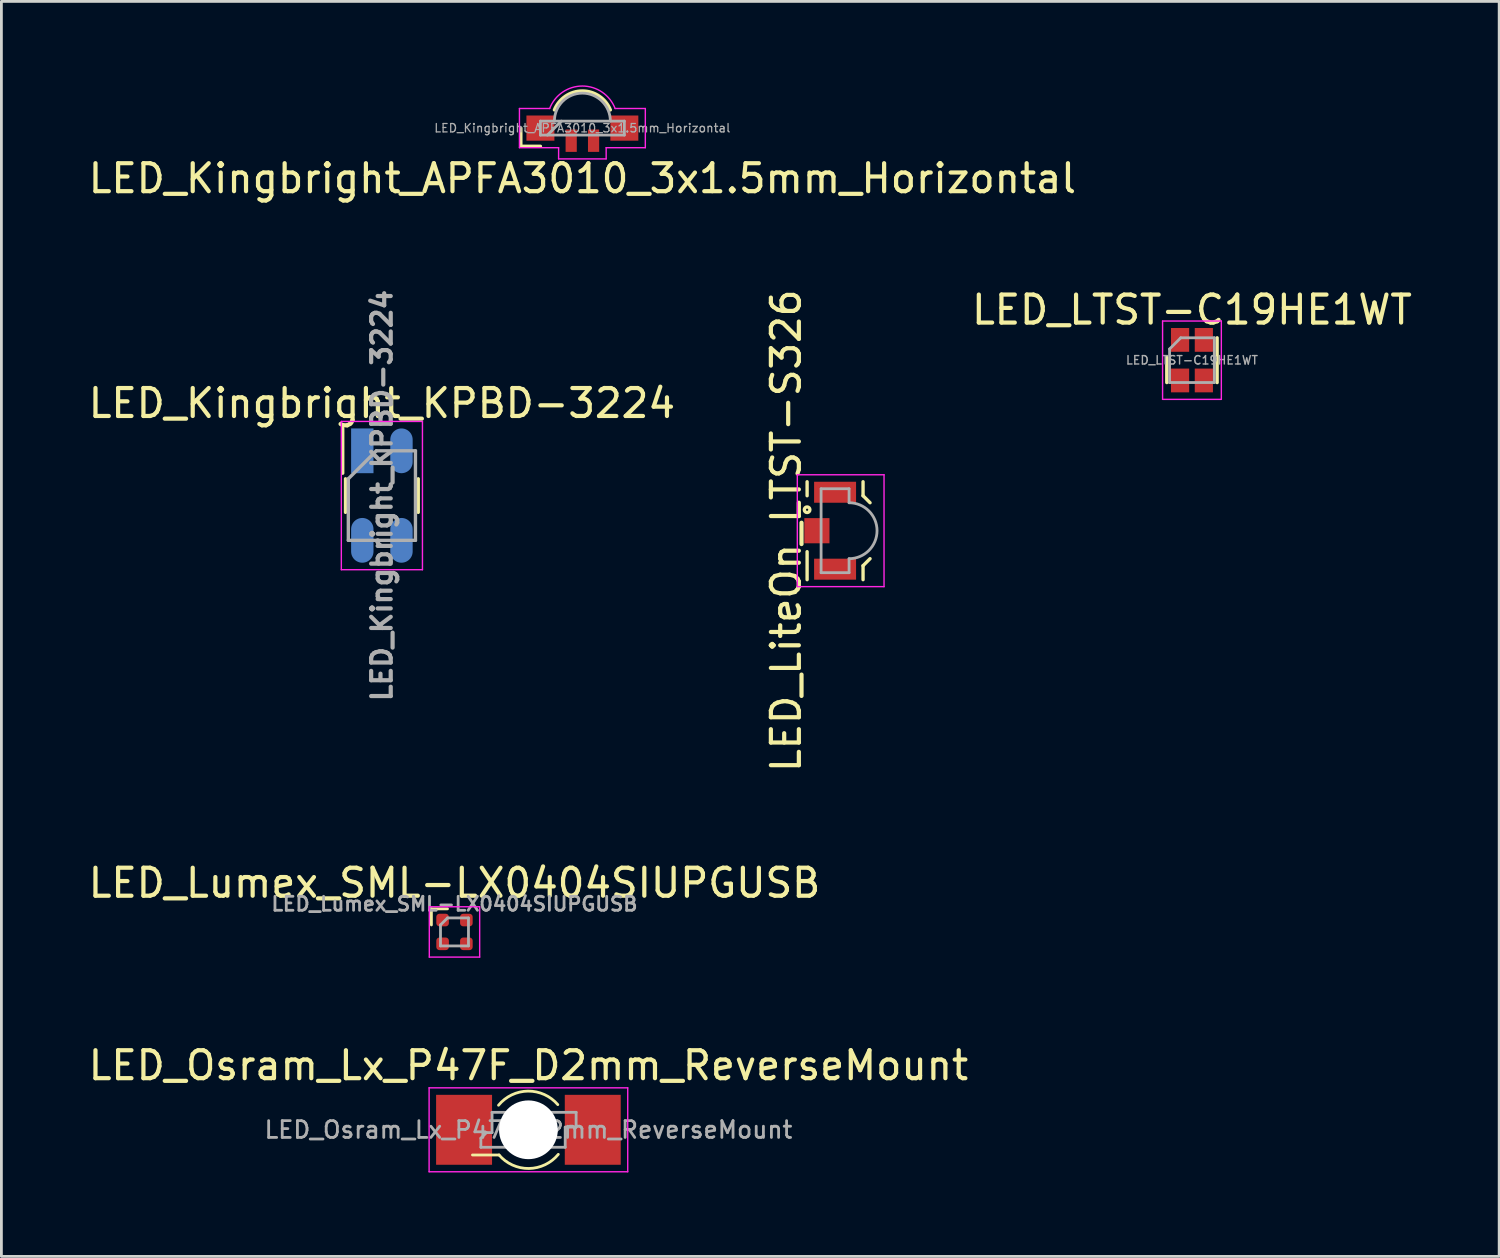
<source format=kicad_pcb>
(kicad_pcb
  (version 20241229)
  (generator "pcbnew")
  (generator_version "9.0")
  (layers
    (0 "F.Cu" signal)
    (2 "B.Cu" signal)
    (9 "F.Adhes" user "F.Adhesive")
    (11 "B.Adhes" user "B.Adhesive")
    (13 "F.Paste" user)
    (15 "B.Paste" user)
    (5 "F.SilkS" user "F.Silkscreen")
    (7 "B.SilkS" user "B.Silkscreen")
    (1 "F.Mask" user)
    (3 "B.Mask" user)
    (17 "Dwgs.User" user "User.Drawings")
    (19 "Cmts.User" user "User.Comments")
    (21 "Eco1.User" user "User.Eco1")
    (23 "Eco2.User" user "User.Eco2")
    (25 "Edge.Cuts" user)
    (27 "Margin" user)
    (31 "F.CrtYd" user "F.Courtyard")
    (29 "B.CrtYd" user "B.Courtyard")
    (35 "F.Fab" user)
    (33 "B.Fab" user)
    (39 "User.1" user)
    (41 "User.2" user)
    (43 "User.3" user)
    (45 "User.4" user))
  (footprint "LED_LiteOn_LTST-S326"
    (layer "F.Cu")
    (at 26.801 15.921)
    (property "Reference" "LED_LiteOn_LTST-S326" (at -1.75 0 90) (layer "F.SilkS") (effects (font (size 1 1) (thickness 0.15))))
    (attr smd)
    (fp_line (start -1 -1.75) (end -1 -1.25) (stroke (width 0.12) (type solid)) (layer "F.SilkS"))
    (fp_line (start -1 1.75) (end -1 0.75) (stroke (width 0.12) (type solid)) (layer "F.SilkS"))
    (fp_line (start 1 -1.75) (end 1 -1.25) (stroke (width 0.12) (type solid)) (layer "F.SilkS"))
    (fp_line (start 1 -1.25) (end 1.25 -1) (stroke (width 0.12) (type solid)) (layer "F.SilkS"))
    (fp_line (start 1 1.25) (end 1 1.75) (stroke (width 0.12) (type solid)) (layer "F.SilkS"))
    (fp_line (start 1 1.25) (end 1.25 1) (stroke (width 0.12) (type solid)) (layer "F.SilkS"))
    (fp_circle (center -1 -0.75) (end -0.9 -0.75) (stroke (width 0.12) (type solid)) (fill no) (layer "F.SilkS"))
    (fp_line (start -1.35 -2) (end 1.75 -2) (stroke (width 0.05) (type solid)) (layer "F.CrtYd"))
    (fp_line (start -1.35 2) (end -1.35 -2) (stroke (width 0.05) (type solid)) (layer "F.CrtYd"))
    (fp_line (start 1.75 -2) (end 1.75 2) (stroke (width 0.05) (type solid)) (layer "F.CrtYd"))
    (fp_line (start 1.75 2) (end -1.35 2) (stroke (width 0.05) (type solid)) (layer "F.CrtYd"))
    (fp_line (start -0.5 -1.5) (end -0.5 1.5) (stroke (width 0.1) (type solid)) (layer "F.Fab"))
    (fp_line (start -0.5 -1.5) (end 0.5 -1.5) (stroke (width 0.1) (type solid)) (layer "F.Fab"))
    (fp_line (start 0.5 -1.5) (end 0.5 -1) (stroke (width 0.1) (type solid)) (layer "F.Fab"))
    (fp_line (start 0.5 1.5) (end -0.5 1.5) (stroke (width 0.1) (type solid)) (layer "F.Fab"))
    (fp_line (start 0.5 1.5) (end 0.5 1) (stroke (width 0.1) (type solid)) (layer "F.Fab"))
    (fp_arc (start 0.5 -1) (mid 1.5 0) (end 0.5 1) (stroke (width 0.1) (type solid)) (layer "F.Fab"))
    (pad "1" smd rect (at 0 -1.375 180) (size 1.5 0.75) (layers "F.Cu" "F.Mask" "F.Paste"))
    (pad "2" smd rect (at -0.65 0 180) (size 0.9 0.9) (layers "F.Cu" "F.Mask" "F.Paste"))
    (pad "3" smd rect (at 0 1.375 180) (size 1.5 0.75) (layers "F.Cu" "F.Mask" "F.Paste")))
  (footprint "LED_Kingbright_KPBD-3224"
    (layer "F.Cu")
    (at 10.601 14.665)
    (property "Reference" "LED_Kingbright_KPBD-3224" (at 0 -3.3 0) (layer "F.SilkS") (effects (font (size 1 1) (thickness 0.15))))
    (attr smd)
    (fp_line (start -1.4 -2.4) (end -1.4 -0.8) (stroke (width 0.12) (type solid)) (layer "F.SilkS"))
    (fp_line (start -1.3 0.6) (end -1.3 -0.6) (stroke (width 0.12) (type solid)) (layer "F.SilkS"))
    (fp_line (start 1.3 0.6) (end 1.3 -0.6) (stroke (width 0.12) (type solid)) (layer "F.SilkS"))
    (fp_line (start -1.45 -2.65) (end -1.45 2.65) (stroke (width 0.05) (type solid)) (layer "F.CrtYd"))
    (fp_line (start -1.45 2.65) (end 1.45 2.65) (stroke (width 0.05) (type solid)) (layer "F.CrtYd"))
    (fp_line (start 1.45 -2.65) (end -1.45 -2.65) (stroke (width 0.05) (type solid)) (layer "F.CrtYd"))
    (fp_line (start 1.45 2.65) (end 1.45 -2.65) (stroke (width 0.05) (type solid)) (layer "F.CrtYd"))
    (fp_line (start -1.2 -0.6) (end -1.2 1.6) (stroke (width 0.12) (type solid)) (layer "F.Fab"))
    (fp_line (start -1.2 -0.6) (end -0.2 -1.6) (stroke (width 0.12) (type solid)) (layer "F.Fab"))
    (fp_line (start -1.2 1.6) (end 1.2 1.6) (stroke (width 0.12) (type solid)) (layer "F.Fab"))
    (fp_line (start 1.2 -1.6) (end -0.2 -1.6) (stroke (width 0.12) (type solid)) (layer "F.Fab"))
    (fp_line (start 1.2 1.6) (end 1.2 -1.6) (stroke (width 0.12) (type solid)) (layer "F.Fab"))
    (fp_text user "${REFERENCE}" (at 0 0 90) (layer "F.Fab") (effects (font (size 0.7 0.7) (thickness 0.15))))
    (pad "1" smd rect (at -0.7 -1.6 270) (size 1.6 0.8) (layers "B.Cu" "B.Mask" "B.Paste"))
    (pad "2" smd oval (at -0.7 1.6 270) (size 1.6 0.8) (layers "B.Cu" "B.Mask" "B.Paste"))
    (pad "3" smd oval (at 0.7 -1.6 270) (size 1.6 0.8) (layers "B.Cu" "B.Mask" "B.Paste"))
    (pad "4" smd oval (at 0.7 1.6 270) (size 1.6 0.8) (layers "B.Cu" "B.Mask" "B.Paste")))
  (footprint "LED_Osram_Lx_P47F_D2mm_ReverseMount"
    (layer "F.Cu")
    (at 15.839 37.336)
    (property "Reference" "LED_Osram_Lx_P47F_D2mm_ReverseMount" (at 0 -2.3 0) (layer "F.SilkS") (effects (font (size 1 1) (thickness 0.15))))
    (attr smd)
    (fp_line (start -2 0.9) (end -1.05 0.9) (stroke (width 0.1) (type solid)) (layer "F.SilkS"))
    (fp_arc (start -1.068658 -0.877765) (mid -0.014513 -1.382856) (end 1.05 -0.9) (stroke (width 0.1) (type solid)) (layer "F.SilkS"))
    (fp_arc (start 1.068658 0.877765) (mid 0.014513 1.382856) (end -1.05 0.9) (stroke (width 0.1) (type solid)) (layer "F.SilkS"))
    (fp_line (start -3.55 -1.5) (end 3.55 -1.5) (stroke (width 0.05) (type solid)) (layer "F.CrtYd"))
    (fp_line (start -3.55 1.5) (end -3.55 -1.5) (stroke (width 0.05) (type solid)) (layer "F.CrtYd"))
    (fp_line (start 3.55 -1.5) (end 3.55 1.5) (stroke (width 0.05) (type solid)) (layer "F.CrtYd"))
    (fp_line (start 3.55 1.5) (end -3.55 1.5) (stroke (width 0.05) (type solid)) (layer "F.CrtYd"))
    (fp_line (start -1.7 0.3) (end -1.7 0.625) (stroke (width 0.1) (type solid)) (layer "F.Fab"))
    (fp_line (start -1.7 0.3) (end -1.5 0.1) (stroke (width 0.1) (type solid)) (layer "F.Fab"))
    (fp_line (start -1.5 0.1) (end -1.3 0.1) (stroke (width 0.1) (type solid)) (layer "F.Fab"))
    (fp_line (start -1.3 -0.625) (end -0.715 -0.625) (stroke (width 0.1) (type solid)) (layer "F.Fab"))
    (fp_line (start -1.3 0.1) (end -1.3 -0.625) (stroke (width 0.1) (type solid)) (layer "F.Fab"))
    (fp_line (start -0.715 0.625) (end -1.7 0.625) (stroke (width 0.1) (type solid)) (layer "F.Fab"))
    (fp_line (start 0.715 -0.625) (end 1.705 -0.625) (stroke (width 0.1) (type solid)) (layer "F.Fab"))
    (fp_line (start 0.715 0.625) (end 1.315 0.625) (stroke (width 0.1) (type solid)) (layer "F.Fab"))
    (fp_line (start 1.315 -0.095) (end 1.315 0.625) (stroke (width 0.1) (type solid)) (layer "F.Fab"))
    (fp_line (start 1.705 -0.625) (end 1.705 -0.095) (stroke (width 0.1) (type solid)) (layer "F.Fab"))
    (fp_line (start 1.705 -0.095) (end 1.315 -0.095) (stroke (width 0.1) (type solid)) (layer "F.Fab"))
    (fp_arc (start -0.714073 -0.626059) (mid 0.000704 -0.949658) (end 0.715 -0.625) (stroke (width 0.1) (type solid)) (layer "F.Fab"))
    (fp_arc (start 0.714073 0.626059) (mid -0.000704 0.949658) (end -0.715 0.625) (stroke (width 0.1) (type solid)) (layer "F.Fab"))
    (fp_text user "${REFERENCE}" (at 0 0 0) (layer "F.Fab") (effects (font (size 0.6 0.6) (thickness 0.1))))
    (pad "" smd rect (at -1.55 0.375) (size 0.5 0.7) (layers "F.Mask" "F.Paste"))
    (pad "" np_thru_hole circle (at 0 0) (size 2.1 2.1) (drill 2.1) (layers "*.Cu" "*.Mask"))
    (pad "" smd rect (at 1.55 -0.375) (size 0.5 0.7) (layers "F.Mask" "F.Paste"))
    (pad "1" smd rect (at -2.3 0) (size 2 2.5) (layers "F.Cu"))
    (pad "2" smd rect (at 2.3 0) (size 2 2.5) (layers "F.Cu")))
  (footprint "LED_Lumex_SML-LX0404SIUPGUSB"
    (layer "F.Cu")
    (at 13.196 30.263)
    (property "Reference" "LED_Lumex_SML-LX0404SIUPGUSB" (at 0 -1.75 0) (layer "F.SilkS") (effects (font (size 1 1) (thickness 0.15))))
    (attr smd)
    (fp_line (start -0.825 -0.825) (end -0.825 -0.25) (stroke (width 0.1) (type solid)) (layer "F.SilkS"))
    (fp_line (start -0.25 -0.825) (end -0.825 -0.825) (stroke (width 0.1) (type solid)) (layer "F.SilkS"))
    (fp_line (start -0.9 -0.9) (end -0.9 0.9) (stroke (width 0.05) (type solid)) (layer "F.CrtYd"))
    (fp_line (start -0.9 0.9) (end 0.9 0.9) (stroke (width 0.05) (type solid)) (layer "F.CrtYd"))
    (fp_line (start 0.9 -0.9) (end -0.9 -0.9) (stroke (width 0.05) (type solid)) (layer "F.CrtYd"))
    (fp_line (start 0.9 0.9) (end 0.9 -0.9) (stroke (width 0.05) (type solid)) (layer "F.CrtYd"))
    (fp_line (start -0.5 -0.25) (end -0.5 0.5) (stroke (width 0.1) (type solid)) (layer "F.Fab"))
    (fp_line (start -0.5 0.5) (end 0.5 0.5) (stroke (width 0.1) (type solid)) (layer "F.Fab"))
    (fp_line (start -0.25 -0.5) (end -0.5 -0.25) (stroke (width 0.1) (type solid)) (layer "F.Fab"))
    (fp_line (start 0.5 -0.5) (end -0.25 -0.5) (stroke (width 0.1) (type solid)) (layer "F.Fab"))
    (fp_line (start 0.5 0.5) (end 0.5 -0.5) (stroke (width 0.1) (type solid)) (layer "F.Fab"))
    (fp_text user "${REFERENCE}" (at 0 -1 0) (layer "F.Fab") (effects (font (size 0.5 0.5) (thickness 0.1))))
    (pad "1" smd roundrect (at -0.425 -0.425) (size 0.45 0.45) (layers "F.Cu" "F.Mask" "F.Paste") (roundrect_rratio 0.25))
    (pad "2" smd roundrect (at 0.425 -0.425) (size 0.45 0.45) (layers "F.Cu" "F.Mask" "F.Paste") (roundrect_rratio 0.25))
    (pad "3" smd roundrect (at 0.425 0.425) (size 0.45 0.45) (layers "F.Cu" "F.Mask" "F.Paste") (roundrect_rratio 0.25))
    (pad "4" smd roundrect (at -0.425 0.425) (size 0.45 0.45) (layers "F.Cu" "F.Mask" "F.Paste") (roundrect_rratio 0.25)))
  (footprint "LED_LTST-C19HE1WT"
    (layer "F.Cu")
    (at 39.558 9.825)
    (property "Reference" "LED_LTST-C19HE1WT" (at 0 -1.8 0) (layer "F.SilkS") (effects (font (size 1 1) (thickness 0.15))))
    (attr smd)
    (fp_line (start -0.9 -0.1) (end -0.9 0.8) (stroke (width 0.12) (type solid)) (layer "F.SilkS"))
    (fp_line (start 0.9 -0.8) (end 0.9 0.8) (stroke (width 0.12) (type solid)) (layer "F.SilkS"))
    (fp_line (start -1.05 -1.4) (end 1.05 -1.4) (stroke (width 0.05) (type solid)) (layer "F.CrtYd"))
    (fp_line (start -1.05 1.4) (end -1.05 -1.4) (stroke (width 0.05) (type solid)) (layer "F.CrtYd"))
    (fp_line (start 1.05 -1.4) (end 1.05 1.4) (stroke (width 0.05) (type solid)) (layer "F.CrtYd"))
    (fp_line (start 1.05 1.4) (end -1.05 1.4) (stroke (width 0.05) (type solid)) (layer "F.CrtYd"))
    (fp_line (start -0.8 -0.4) (end -0.8 0.8) (stroke (width 0.1) (type solid)) (layer "F.Fab"))
    (fp_line (start -0.8 0.8) (end 0.8 0.8) (stroke (width 0.1) (type solid)) (layer "F.Fab"))
    (fp_line (start -0.4 -0.8) (end -0.8 -0.4) (stroke (width 0.1) (type solid)) (layer "F.Fab"))
    (fp_line (start 0.8 -0.8) (end -0.4 -0.8) (stroke (width 0.1) (type solid)) (layer "F.Fab"))
    (fp_line (start 0.8 0.8) (end 0.8 -0.8) (stroke (width 0.1) (type solid)) (layer "F.Fab"))
    (fp_text user "${REFERENCE}" (at 0 0 0) (layer "F.Fab") (effects (font (size 0.3 0.3) (thickness 0.05))))
    (pad "1" smd rect (at -0.425 -0.725) (size 0.65 0.85) (layers "F.Cu" "F.Mask" "F.Paste"))
    (pad "2" smd rect (at 0.425 -0.725) (size 0.65 0.85) (layers "F.Cu" "F.Mask" "F.Paste"))
    (pad "3" smd rect (at 0.425 0.725) (size 0.65 0.85) (layers "F.Cu" "F.Mask" "F.Paste"))
    (pad "4" smd rect (at -0.425 0.725) (size 0.65 0.85) (layers "F.Cu" "F.Mask" "F.Paste")))
  (footprint "LED_Kingbright_APFA3010_3x1.5mm_Horizontal"
    (layer "F.Cu")
    (at 17.768 1.529)
    (property "Reference" "LED_Kingbright_APFA3010_3x1.5mm_Horizontal" (at 0 1.8 0) (layer "F.SilkS") (effects (font (size 1 1) (thickness 0.15))))
    (attr smd)
    (fp_line (start -2.2 0) (end -2.2 0.65) (stroke (width 0.12) (type solid)) (layer "F.SilkS"))
    (fp_line (start -2.2 0.65) (end -1.5 0.65) (stroke (width 0.12) (type solid)) (layer "F.SilkS"))
    (fp_arc (start -1 -0.65) (mid 0 -1.327033) (end 1 -0.65) (stroke (width 0.12) (type solid)) (layer "F.SilkS"))
    (fp_line (start -2.25 -0.7) (end -1.17 -0.7) (stroke (width 0.05) (type solid)) (layer "F.CrtYd"))
    (fp_line (start -2.25 0.7) (end -2.25 -0.7) (stroke (width 0.05) (type solid)) (layer "F.CrtYd"))
    (fp_line (start -2.25 0.7) (end -0.85 0.7) (stroke (width 0.05) (type solid)) (layer "F.CrtYd"))
    (fp_line (start -0.85 0.7) (end -0.85 1.1) (stroke (width 0.05) (type solid)) (layer "F.CrtYd"))
    (fp_line (start -0.85 1.1) (end 0.85 1.1) (stroke (width 0.05) (type solid)) (layer "F.CrtYd"))
    (fp_line (start 0.85 0.7) (end 2.25 0.7) (stroke (width 0.05) (type solid)) (layer "F.CrtYd"))
    (fp_line (start 0.85 1.1) (end 0.85 0.7) (stroke (width 0.05) (type solid)) (layer "F.CrtYd"))
    (fp_line (start 2.25 -0.7) (end 1.17 -0.7) (stroke (width 0.05) (type solid)) (layer "F.CrtYd"))
    (fp_line (start 2.25 0.7) (end 2.25 -0.7) (stroke (width 0.05) (type solid)) (layer "F.CrtYd"))
    (fp_arc (start -1.17 -0.7) (mid 0 -1.503555) (end 1.17 -0.7) (stroke (width 0.05) (type solid)) (layer "F.CrtYd"))
    (fp_line (start -1.5 -0.25) (end -1.5 0.25) (stroke (width 0.1) (type solid)) (layer "F.Fab"))
    (fp_line (start -1.5 0.25) (end 1.5 0.25) (stroke (width 0.1) (type solid)) (layer "F.Fab"))
    (fp_line (start -0.75 -0.25) (end -1.25 0.25) (stroke (width 0.1) (type solid)) (layer "F.Fab"))
    (fp_line (start 1.5 -0.25) (end -1.5 -0.25) (stroke (width 0.1) (type solid)) (layer "F.Fab"))
    (fp_line (start 1.5 0.25) (end 1.5 -0.25) (stroke (width 0.1) (type solid)) (layer "F.Fab"))
    (fp_arc (start -1 -0.25) (mid 0 -1.25) (end 1 -0.25) (stroke (width 0.1) (type solid)) (layer "F.Fab"))
    (fp_text user "${REFERENCE}" (at 0 0 0) (layer "F.Fab") (effects (font (size 0.3 0.3) (thickness 0.045))))
    (pad "1" smd rect (at -1.5 0) (size 1 0.9) (layers "F.Cu" "F.Mask" "F.Paste"))
    (pad "2" smd rect (at 1.5 0) (size 1 0.9) (layers "F.Cu" "F.Mask" "F.Paste"))
    (pad "3" smd rect (at -0.4 0.45) (size 0.4 0.8) (layers "F.Cu" "F.Mask" "F.Paste"))
    (pad "4" smd rect (at 0.4 0.45) (size 0.4 0.8) (layers "F.Cu" "F.Mask" "F.Paste")))
  (gr_rect
    (start -3 -3)
    (end 50.54 41.861)
    (stroke (width 0.1) (type default))
    (fill no)
    (layer "Edge.Cuts")))
</source>
